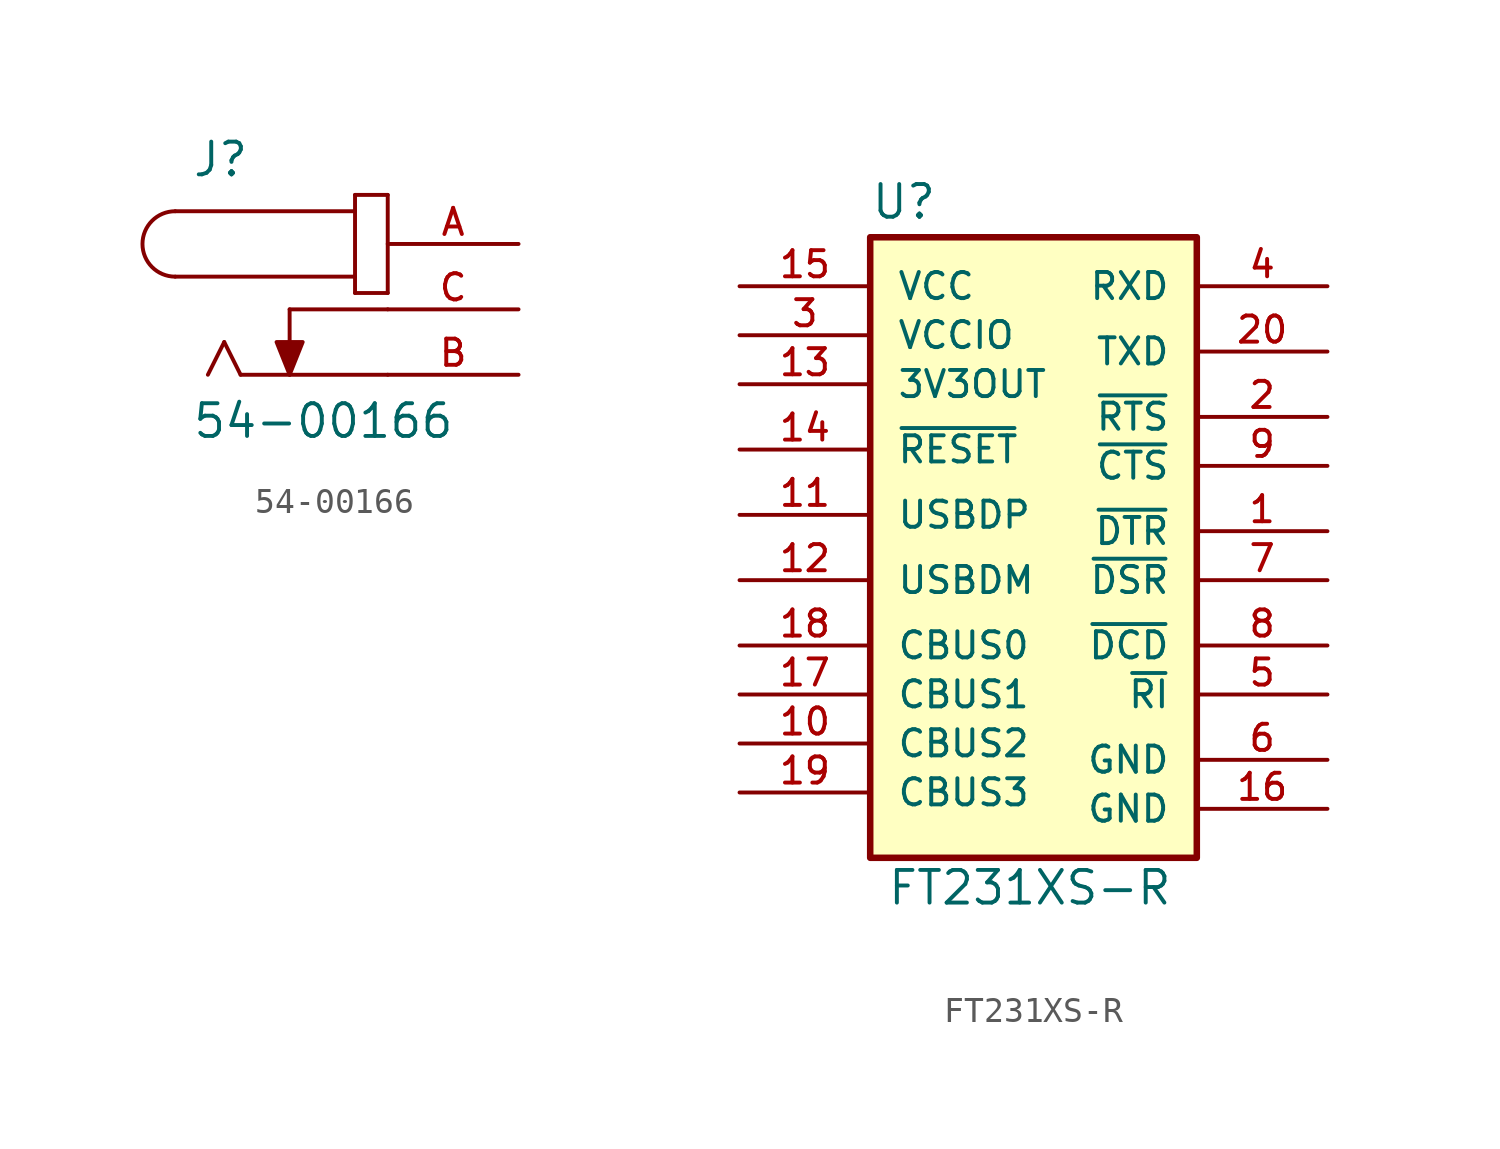
<source format=kicad_sym>
(kicad_symbol_lib
  (version 20220914)
  (generator kicad_symbol_editor)
  (symbol "54-00166"
    (pin_names
      (offset 1.016))
    (property "Reference" "J"
      (at -7.62 5.08 0)
      (effects (font (size 1.27 1.27)) (justify left bottom)))
    (property "Value" "54-00166"
      (at -7.62 -5.08 0)
      (effects (font (size 1.27 1.27)) (justify left bottom)))
    (symbol "54-00166_0_0"
      (arc (start -8.255 3.81) (mid -9.5195 2.54) (end -8.255 1.27) (stroke (width 0.1524) (type default)) (fill (type none)))
      (polyline (pts (xy -8.255 3.81) (xy -1.27 3.81)) (stroke (width 0.152) (type default)) (fill (type none)))
      (polyline (pts (xy -6.35 -1.27) (xy -6.985 -2.54)) (stroke (width 0.152) (type default)) (fill (type none)))
      (polyline (pts (xy -5.715 -2.54) (xy -6.35 -1.27)) (stroke (width 0.152) (type default)) (fill (type none)))
      (polyline (pts (xy -3.81 0) (xy -3.81 -2.54)) (stroke (width 0.152) (type default)) (fill (type none)))
      (polyline (pts (xy -1.27 0.635) (xy 0 0.635)) (stroke (width 0.152) (type default)) (fill (type none)))
      (polyline (pts (xy -1.27 1.27) (xy -8.255 1.27)) (stroke (width 0.152) (type default)) (fill (type none)))
      (polyline (pts (xy -1.27 1.27) (xy -1.27 0.635)) (stroke (width 0.152) (type default)) (fill (type none)))
      (polyline (pts (xy -1.27 3.81) (xy -1.27 1.27)) (stroke (width 0.152) (type default)) (fill (type none)))
      (polyline (pts (xy -1.27 4.445) (xy -1.27 3.81)) (stroke (width 0.152) (type default)) (fill (type none)))
      (polyline (pts (xy 0 -2.54) (xy -5.715 -2.54)) (stroke (width 0.152) (type default)) (fill (type none)))
      (polyline (pts (xy 0 0) (xy -3.81 0)) (stroke (width 0.152) (type default)) (fill (type none)))
      (polyline (pts (xy 0 0.635) (xy 0 4.445)) (stroke (width 0.152) (type default)) (fill (type none)))
      (polyline (pts (xy 0 4.445) (xy -1.27 4.445)) (stroke (width 0.152) (type default)) (fill (type none)))
      (polyline (pts (xy -3.81 -2.54) (xy -4.318 -1.27) (xy -3.302 -1.27) (xy -3.81 -2.54)) (stroke (width 0.152) (type default)) (fill (type outline)))
      (pin passive line (at 5.08 2.54 180) (length 5.08) (name "~" (effects (font (size 1.016 1.016)))) (number "A" (effects (font (size 1.016 1.016)))))
      (pin passive line (at 5.08 -2.54 180) (length 5.08) (name "~" (effects (font (size 1.016 1.016)))) (number "B" (effects (font (size 1.016 1.016)))))
      (pin passive line (at 5.08 0 180) (length 5.08) (name "~" (effects (font (size 1.016 1.016)))) (number "C" (effects (font (size 1.016 1.016)))))))
  (symbol "FT231XS-R"
    (pin_names
      (offset 1.016))
    (property "Reference" "U"
      (at -6.35 12.7 0)
      (effects (font (size 1.27 1.27)) (justify left bottom)))
    (property "Value" "FT231XS-R"
      (at -5.715 -13.97 0)
      (effects (font (size 1.27 1.27)) (justify left bottom)))
    (symbol "FT231XS-R_0_0"
      (rectangle (start -6.35 12.065) (end 6.35 -12.065) (stroke (width 0.254) (type default)) (fill (type background)))
      (pin output line (at 11.43 0.635 180) (length 5.08) (name "~{DTR}" (effects (font (size 1.016 1.016)))) (number "1" (effects (font (size 1.016 1.016)))))
      (pin bidirectional line (at -11.43 -7.62 0) (length 5.08) (name "CBUS2" (effects (font (size 1.016 1.016)))) (number "10" (effects (font (size 1.016 1.016)))))
      (pin input line (at -11.43 1.27 0) (length 5.08) (name "USBDP" (effects (font (size 1.016 1.016)))) (number "11" (effects (font (size 1.016 1.016)))))
      (pin input line (at -11.43 -1.27 0) (length 5.08) (name "USBDM" (effects (font (size 1.016 1.016)))) (number "12" (effects (font (size 1.016 1.016)))))
      (pin power_in line (at -11.43 6.35 0) (length 5.08) (name "3V3OUT" (effects (font (size 1.016 1.016)))) (number "13" (effects (font (size 1.016 1.016)))))
      (pin input line (at -11.43 3.81 0) (length 5.08) (name "~{RESET}" (effects (font (size 1.016 1.016)))) (number "14" (effects (font (size 1.016 1.016)))))
      (pin power_in line (at -11.43 10.16 0) (length 5.08) (name "VCC" (effects (font (size 1.016 1.016)))) (number "15" (effects (font (size 1.016 1.016)))))
      (pin bidirectional line (at -11.43 -5.715 0) (length 5.08) (name "CBUS1" (effects (font (size 1.016 1.016)))) (number "17" (effects (font (size 1.016 1.016)))))
      (pin bidirectional line (at -11.43 -3.81 0) (length 5.08) (name "CBUS0" (effects (font (size 1.016 1.016)))) (number "18" (effects (font (size 1.016 1.016)))))
      (pin bidirectional line (at -11.43 -9.525 0) (length 5.08) (name "CBUS3" (effects (font (size 1.016 1.016)))) (number "19" (effects (font (size 1.016 1.016)))))
      (pin output line (at 11.43 5.08 180) (length 5.08) (name "~{RTS}" (effects (font (size 1.016 1.016)))) (number "2" (effects (font (size 1.016 1.016)))))
      (pin output line (at 11.43 7.62 180) (length 5.08) (name "TXD" (effects (font (size 1.016 1.016)))) (number "20" (effects (font (size 1.016 1.016)))))
      (pin power_in line (at -11.43 8.255 0) (length 5.08) (name "VCCIO" (effects (font (size 1.016 1.016)))) (number "3" (effects (font (size 1.016 1.016)))))
      (pin input line (at 11.43 10.16 180) (length 5.08) (name "RXD" (effects (font (size 1.016 1.016)))) (number "4" (effects (font (size 1.016 1.016)))))
      (pin input line (at 11.43 -5.715 180) (length 5.08) (name "~{RI}" (effects (font (size 1.016 1.016)))) (number "5" (effects (font (size 1.016 1.016)))))
      (pin power_in line (at 11.43 -8.255 180) (length 5.08) (name "GND" (effects (font (size 1.016 1.016)))) (number "6" (effects (font (size 1.016 1.016)))))
      (pin input line (at 11.43 -1.27 180) (length 5.08) (name "~{DSR}" (effects (font (size 1.016 1.016)))) (number "7" (effects (font (size 1.016 1.016)))))
      (pin input line (at 11.43 -3.81 180) (length 5.08) (name "~{DCD}" (effects (font (size 1.016 1.016)))) (number "8" (effects (font (size 1.016 1.016)))))
      (pin input line (at 11.43 3.175 180) (length 5.08) (name "~{CTS}" (effects (font (size 1.016 1.016)))) (number "9" (effects (font (size 1.016 1.016))))))
    (symbol "FT231XS-R_1_0"
      (pin power_in line (at 11.43 -10.16 180) (length 5.08) (name "GND" (effects (font (size 1.016 1.016)))) (number "16" (effects (font (size 1.016 1.016))))))))
</source>
